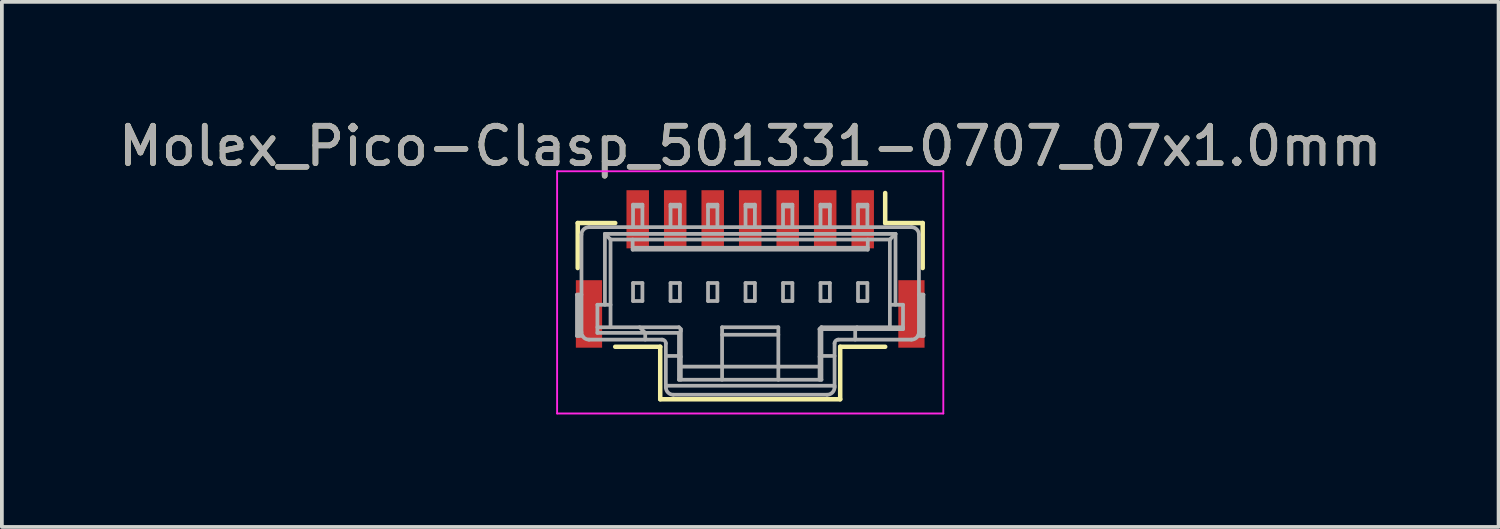
<source format=kicad_pcb>
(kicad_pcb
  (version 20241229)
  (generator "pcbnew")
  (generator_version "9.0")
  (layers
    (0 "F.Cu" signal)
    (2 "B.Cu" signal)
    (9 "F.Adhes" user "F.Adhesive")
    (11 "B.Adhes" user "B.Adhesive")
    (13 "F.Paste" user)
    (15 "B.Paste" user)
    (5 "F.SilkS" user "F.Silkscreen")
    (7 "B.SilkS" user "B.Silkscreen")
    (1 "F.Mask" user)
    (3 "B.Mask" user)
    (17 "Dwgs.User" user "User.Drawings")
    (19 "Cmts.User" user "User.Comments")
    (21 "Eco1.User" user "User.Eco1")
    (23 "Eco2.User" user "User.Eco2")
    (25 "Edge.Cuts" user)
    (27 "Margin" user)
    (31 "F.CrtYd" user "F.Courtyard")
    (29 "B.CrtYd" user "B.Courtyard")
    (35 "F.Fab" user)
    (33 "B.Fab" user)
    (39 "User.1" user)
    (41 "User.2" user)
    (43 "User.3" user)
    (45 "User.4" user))
  (footprint "Molex_Pico-Clasp_501331-0707_07x1.0mm"
    (layer "F.Cu")
    (at 16.958 4.748)
    (property "Reference" "Molex_Pico-Clasp_501331-0707_07x1.0mm" (at 0 -3.9 0) (layer "F.SilkS") (effects (font (size 1 1) (thickness 0.15))))
    (attr smd)
    (fp_line (start -4.6 -1.85) (end -3.6 -1.85) (stroke (width 0.12) (type solid)) (layer "F.SilkS"))
    (fp_line (start -4.6 -0.65) (end -4.6 -1.85) (stroke (width 0.12) (type solid)) (layer "F.SilkS"))
    (fp_line (start -2.4 1.45) (end -3.6 1.45) (stroke (width 0.12) (type solid)) (layer "F.SilkS"))
    (fp_line (start -2.4 2.85) (end -2.4 1.45) (stroke (width 0.12) (type solid)) (layer "F.SilkS"))
    (fp_line (start -2.4 2.85) (end 2.4 2.85) (stroke (width 0.12) (type solid)) (layer "F.SilkS"))
    (fp_line (start 2.4 1.45) (end 3.6 1.45) (stroke (width 0.12) (type solid)) (layer "F.SilkS"))
    (fp_line (start 2.4 2.85) (end 2.4 1.45) (stroke (width 0.12) (type solid)) (layer "F.SilkS"))
    (fp_line (start 3.6 -1.85) (end 3.6 -2.65) (stroke (width 0.12) (type solid)) (layer "F.SilkS"))
    (fp_line (start 4.6 -1.85) (end 3.6 -1.85) (stroke (width 0.12) (type solid)) (layer "F.SilkS"))
    (fp_line (start 4.6 -0.65) (end 4.6 -1.85) (stroke (width 0.12) (type solid)) (layer "F.SilkS"))
    (fp_line (start -5.15 -3.23) (end 5.15 -3.23) (stroke (width 0.05) (type solid)) (layer "F.CrtYd"))
    (fp_line (start -5.15 3.23) (end -5.15 -3.23) (stroke (width 0.05) (type solid)) (layer "F.CrtYd"))
    (fp_line (start 5.15 -3.23) (end 5.15 3.23) (stroke (width 0.05) (type solid)) (layer "F.CrtYd"))
    (fp_line (start 5.15 3.23) (end -5.15 3.23) (stroke (width 0.05) (type solid)) (layer "F.CrtYd"))
    (fp_line (start -4.62 1.16) (end -4.62 0.06) (stroke (width 0.1) (type solid)) (layer "F.Fab"))
    (fp_line (start -4.62 1.16) (end -4.473 1.16) (stroke (width 0.1) (type solid)) (layer "F.Fab"))
    (fp_line (start -4.57 0.06) (end -4.57 1.16) (stroke (width 0.1) (type solid)) (layer "F.Fab"))
    (fp_line (start -4.5 0.06) (end -4.62 0.06) (stroke (width 0.1) (type solid)) (layer "F.Fab"))
    (fp_line (start -4.5 1.06) (end -4.5 -1.54) (stroke (width 0.1) (type solid)) (layer "F.Fab"))
    (fp_line (start -4.3 -1.74) (end 4.3 -1.74) (stroke (width 0.1) (type solid)) (layer "F.Fab"))
    (fp_line (start -4.075 0.33) (end -4.075 1.08) (stroke (width 0.1) (type solid)) (layer "F.Fab"))
    (fp_line (start -4.075 0.93) (end -1.9 0.93) (stroke (width 0.1) (type solid)) (layer "F.Fab"))
    (fp_line (start -3.875 -1.56) (end -3.725 -1.41) (stroke (width 0.1) (type solid)) (layer "F.Fab"))
    (fp_line (start -3.875 0.33) (end -3.875 -1.56) (stroke (width 0.1) (type solid)) (layer "F.Fab"))
    (fp_line (start -3.725 -1.41) (end 3.725 -1.41) (stroke (width 0.1) (type solid)) (layer "F.Fab"))
    (fp_line (start -3.725 0.33) (end -4.075 0.33) (stroke (width 0.1) (type solid)) (layer "F.Fab"))
    (fp_line (start -3.725 0.93) (end -3.725 -1.41) (stroke (width 0.1) (type solid)) (layer "F.Fab"))
    (fp_line (start -3.135 -1.19) (end 3.135 -1.19) (stroke (width 0.1) (type solid)) (layer "F.Fab"))
    (fp_line (start -3.135 -1.14) (end -3.135 -1.41) (stroke (width 0.1) (type solid)) (layer "F.Fab"))
    (fp_line (start -3.125 -2.34) (end -3.125 -1.74) (stroke (width 0.1) (type solid)) (layer "F.Fab"))
    (fp_line (start -3.125 -2.34) (end -2.875 -2.34) (stroke (width 0.1) (type solid)) (layer "F.Fab"))
    (fp_line (start -3.125 -0.25) (end -3.125 0.23) (stroke (width 0.1) (type solid)) (layer "F.Fab"))
    (fp_line (start -3.125 -0.25) (end -2.875 -0.25) (stroke (width 0.1) (type solid)) (layer "F.Fab"))
    (fp_line (start -3.125 0.23) (end -2.875 0.23) (stroke (width 0.1) (type solid)) (layer "F.Fab"))
    (fp_line (start -2.875 -2.34) (end -2.875 -1.74) (stroke (width 0.1) (type solid)) (layer "F.Fab"))
    (fp_line (start -2.875 -2.29) (end -3.125 -2.29) (stroke (width 0.1) (type solid)) (layer "F.Fab"))
    (fp_line (start -2.875 -0.25) (end -2.875 0.23) (stroke (width 0.1) (type solid)) (layer "F.Fab"))
    (fp_line (start -2.8 1.08) (end -2.95 0.93) (stroke (width 0.1) (type solid)) (layer "F.Fab"))
    (fp_line (start -2.8 1.08) (end -2.8 1.26) (stroke (width 0.1) (type solid)) (layer "F.Fab"))
    (fp_line (start -2.35 1.26) (end -4.3 1.26) (stroke (width 0.1) (type solid)) (layer "F.Fab"))
    (fp_line (start -2.25 2.49) (end 2.25 2.49) (stroke (width 0.1) (type solid)) (layer "F.Fab"))
    (fp_line (start -2.25 2.53) (end -2.25 1.36) (stroke (width 0.1) (type solid)) (layer "F.Fab"))
    (fp_line (start -2.125 -2.34) (end -2.125 -1.74) (stroke (width 0.1) (type solid)) (layer "F.Fab"))
    (fp_line (start -2.125 -2.34) (end -1.875 -2.34) (stroke (width 0.1) (type solid)) (layer "F.Fab"))
    (fp_line (start -2.125 -0.25) (end -2.125 0.23) (stroke (width 0.1) (type solid)) (layer "F.Fab"))
    (fp_line (start -2.125 -0.25) (end -1.875 -0.25) (stroke (width 0.1) (type solid)) (layer "F.Fab"))
    (fp_line (start -2.125 0.23) (end -1.875 0.23) (stroke (width 0.1) (type solid)) (layer "F.Fab"))
    (fp_line (start -1.9 0.93) (end -1.85 0.98) (stroke (width 0.1) (type solid)) (layer "F.Fab"))
    (fp_line (start -1.9 1.08) (end -4.075 1.08) (stroke (width 0.1) (type solid)) (layer "F.Fab"))
    (fp_line (start -1.9 1.695) (end -2.25 1.695) (stroke (width 0.1) (type solid)) (layer "F.Fab"))
    (fp_line (start -1.9 1.695) (end -1.85 1.716) (stroke (width 0.1) (type solid)) (layer "F.Fab"))
    (fp_line (start -1.9 2.33) (end -1.9 1.08) (stroke (width 0.1) (type solid)) (layer "F.Fab"))
    (fp_line (start -1.9 2.33) (end 1.9 2.33) (stroke (width 0.1) (type solid)) (layer "F.Fab"))
    (fp_line (start -1.875 -2.34) (end -1.875 -1.74) (stroke (width 0.1) (type solid)) (layer "F.Fab"))
    (fp_line (start -1.875 -2.29) (end -2.125 -2.29) (stroke (width 0.1) (type solid)) (layer "F.Fab"))
    (fp_line (start -1.875 -0.25) (end -1.875 0.23) (stroke (width 0.1) (type solid)) (layer "F.Fab"))
    (fp_line (start -1.85 0.98) (end -1.85 2.33) (stroke (width 0.1) (type solid)) (layer "F.Fab"))
    (fp_line (start -1.85 1.03) (end -1.9 1.08) (stroke (width 0.1) (type solid)) (layer "F.Fab"))
    (fp_line (start -1.85 1.98) (end 1.85 1.98) (stroke (width 0.1) (type solid)) (layer "F.Fab"))
    (fp_line (start -1.125 -2.34) (end -1.125 -1.74) (stroke (width 0.1) (type solid)) (layer "F.Fab"))
    (fp_line (start -1.125 -2.34) (end -0.875 -2.34) (stroke (width 0.1) (type solid)) (layer "F.Fab"))
    (fp_line (start -1.125 -0.25) (end -1.125 0.23) (stroke (width 0.1) (type solid)) (layer "F.Fab"))
    (fp_line (start -1.125 -0.25) (end -0.875 -0.25) (stroke (width 0.1) (type solid)) (layer "F.Fab"))
    (fp_line (start -1.125 0.23) (end -0.875 0.23) (stroke (width 0.1) (type solid)) (layer "F.Fab"))
    (fp_line (start -0.875 -2.34) (end -0.875 -1.74) (stroke (width 0.1) (type solid)) (layer "F.Fab"))
    (fp_line (start -0.875 -2.29) (end -1.125 -2.29) (stroke (width 0.1) (type solid)) (layer "F.Fab"))
    (fp_line (start -0.875 -0.25) (end -0.875 0.23) (stroke (width 0.1) (type solid)) (layer "F.Fab"))
    (fp_line (start -0.75 0.93) (end -0.75 2.33) (stroke (width 0.1) (type solid)) (layer "F.Fab"))
    (fp_line (start -0.75 1.13) (end 0.75 1.13) (stroke (width 0.1) (type solid)) (layer "F.Fab"))
    (fp_line (start -0.125 -2.34) (end -0.125 -1.74) (stroke (width 0.1) (type solid)) (layer "F.Fab"))
    (fp_line (start -0.125 -2.34) (end 0.125 -2.34) (stroke (width 0.1) (type solid)) (layer "F.Fab"))
    (fp_line (start -0.125 -0.25) (end -0.125 0.23) (stroke (width 0.1) (type solid)) (layer "F.Fab"))
    (fp_line (start -0.125 -0.25) (end 0.125 -0.25) (stroke (width 0.1) (type solid)) (layer "F.Fab"))
    (fp_line (start -0.125 0.23) (end 0.125 0.23) (stroke (width 0.1) (type solid)) (layer "F.Fab"))
    (fp_line (start 0.125 -2.34) (end 0.125 -1.74) (stroke (width 0.1) (type solid)) (layer "F.Fab"))
    (fp_line (start 0.125 -2.29) (end -0.125 -2.29) (stroke (width 0.1) (type solid)) (layer "F.Fab"))
    (fp_line (start 0.125 -0.25) (end 0.125 0.23) (stroke (width 0.1) (type solid)) (layer "F.Fab"))
    (fp_line (start 0.75 0.93) (end -0.75 0.93) (stroke (width 0.1) (type solid)) (layer "F.Fab"))
    (fp_line (start 0.75 2.33) (end 0.75 0.93) (stroke (width 0.1) (type solid)) (layer "F.Fab"))
    (fp_line (start 0.875 -2.34) (end 0.875 -1.74) (stroke (width 0.1) (type solid)) (layer "F.Fab"))
    (fp_line (start 0.875 -2.34) (end 1.125 -2.34) (stroke (width 0.1) (type solid)) (layer "F.Fab"))
    (fp_line (start 0.875 -0.25) (end 0.875 0.23) (stroke (width 0.1) (type solid)) (layer "F.Fab"))
    (fp_line (start 0.875 -0.25) (end 1.125 -0.25) (stroke (width 0.1) (type solid)) (layer "F.Fab"))
    (fp_line (start 0.875 0.23) (end 1.125 0.23) (stroke (width 0.1) (type solid)) (layer "F.Fab"))
    (fp_line (start 1.125 -2.34) (end 1.125 -1.74) (stroke (width 0.1) (type solid)) (layer "F.Fab"))
    (fp_line (start 1.125 -2.29) (end 0.875 -2.29) (stroke (width 0.1) (type solid)) (layer "F.Fab"))
    (fp_line (start 1.125 -0.25) (end 1.125 0.23) (stroke (width 0.1) (type solid)) (layer "F.Fab"))
    (fp_line (start 1.85 1.716) (end 1.9 1.695) (stroke (width 0.1) (type solid)) (layer "F.Fab"))
    (fp_line (start 1.85 2.33) (end 1.85 0.98) (stroke (width 0.1) (type solid)) (layer "F.Fab"))
    (fp_line (start 1.875 -2.34) (end 1.875 -1.74) (stroke (width 0.1) (type solid)) (layer "F.Fab"))
    (fp_line (start 1.875 -2.34) (end 2.125 -2.34) (stroke (width 0.1) (type solid)) (layer "F.Fab"))
    (fp_line (start 1.875 -0.25) (end 1.875 0.23) (stroke (width 0.1) (type solid)) (layer "F.Fab"))
    (fp_line (start 1.875 -0.25) (end 2.125 -0.25) (stroke (width 0.1) (type solid)) (layer "F.Fab"))
    (fp_line (start 1.875 0.23) (end 2.125 0.23) (stroke (width 0.1) (type solid)) (layer "F.Fab"))
    (fp_line (start 1.9 0.93) (end 1.85 0.98) (stroke (width 0.1) (type solid)) (layer "F.Fab"))
    (fp_line (start 1.9 0.93) (end 1.9 2.33) (stroke (width 0.1) (type solid)) (layer "F.Fab"))
    (fp_line (start 1.9 0.93) (end 4.075 0.93) (stroke (width 0.1) (type solid)) (layer "F.Fab"))
    (fp_line (start 2.05 2.73) (end -2.05 2.73) (stroke (width 0.1) (type solid)) (layer "F.Fab"))
    (fp_line (start 2.125 -2.34) (end 2.125 -1.74) (stroke (width 0.1) (type solid)) (layer "F.Fab"))
    (fp_line (start 2.125 -2.29) (end 1.875 -2.29) (stroke (width 0.1) (type solid)) (layer "F.Fab"))
    (fp_line (start 2.125 -0.25) (end 2.125 0.23) (stroke (width 0.1) (type solid)) (layer "F.Fab"))
    (fp_line (start 2.25 1.36) (end 2.25 2.53) (stroke (width 0.1) (type solid)) (layer "F.Fab"))
    (fp_line (start 2.25 1.695) (end 1.9 1.695) (stroke (width 0.1) (type solid)) (layer "F.Fab"))
    (fp_line (start 2.8 1.26) (end 2.8 0.98) (stroke (width 0.1) (type solid)) (layer "F.Fab"))
    (fp_line (start 2.85 0.93) (end 2.8 0.98) (stroke (width 0.1) (type solid)) (layer "F.Fab"))
    (fp_line (start 2.875 -2.34) (end 2.875 -1.74) (stroke (width 0.1) (type solid)) (layer "F.Fab"))
    (fp_line (start 2.875 -2.34) (end 3.125 -2.34) (stroke (width 0.1) (type solid)) (layer "F.Fab"))
    (fp_line (start 2.875 -0.25) (end 2.875 0.23) (stroke (width 0.1) (type solid)) (layer "F.Fab"))
    (fp_line (start 2.875 -0.25) (end 3.125 -0.25) (stroke (width 0.1) (type solid)) (layer "F.Fab"))
    (fp_line (start 2.875 0.23) (end 3.125 0.23) (stroke (width 0.1) (type solid)) (layer "F.Fab"))
    (fp_line (start 3.125 -2.34) (end 3.125 -1.74) (stroke (width 0.1) (type solid)) (layer "F.Fab"))
    (fp_line (start 3.125 -2.29) (end 2.875 -2.29) (stroke (width 0.1) (type solid)) (layer "F.Fab"))
    (fp_line (start 3.125 -0.25) (end 3.125 0.23) (stroke (width 0.1) (type solid)) (layer "F.Fab"))
    (fp_line (start 3.135 -1.14) (end -3.135 -1.14) (stroke (width 0.1) (type solid)) (layer "F.Fab"))
    (fp_line (start 3.135 -1.14) (end 3.135 -1.41) (stroke (width 0.1) (type solid)) (layer "F.Fab"))
    (fp_line (start 3.725 -1.41) (end 3.875 -1.56) (stroke (width 0.1) (type solid)) (layer "F.Fab"))
    (fp_line (start 3.725 0.93) (end 3.725 -1.41) (stroke (width 0.1) (type solid)) (layer "F.Fab"))
    (fp_line (start 3.875 -1.56) (end -3.875 -1.56) (stroke (width 0.1) (type solid)) (layer "F.Fab"))
    (fp_line (start 3.875 -1.56) (end 3.875 0.33) (stroke (width 0.1) (type solid)) (layer "F.Fab"))
    (fp_line (start 4.075 0.33) (end 3.725 0.33) (stroke (width 0.1) (type solid)) (layer "F.Fab"))
    (fp_line (start 4.075 0.33) (end 4.075 0.98) (stroke (width 0.1) (type solid)) (layer "F.Fab"))
    (fp_line (start 4.075 0.98) (end 1.85 0.98) (stroke (width 0.1) (type solid)) (layer "F.Fab"))
    (fp_line (start 4.3 1.26) (end 2.35 1.26) (stroke (width 0.1) (type solid)) (layer "F.Fab"))
    (fp_line (start 4.473 1.16) (end 4.62 1.16) (stroke (width 0.1) (type solid)) (layer "F.Fab"))
    (fp_line (start 4.5 -1.54) (end 4.5 1.06) (stroke (width 0.1) (type solid)) (layer "F.Fab"))
    (fp_line (start 4.57 1.16) (end 4.57 0.06) (stroke (width 0.1) (type solid)) (layer "F.Fab"))
    (fp_line (start 4.62 0.06) (end 4.5 0.06) (stroke (width 0.1) (type solid)) (layer "F.Fab"))
    (fp_line (start 4.62 0.06) (end 4.62 1.16) (stroke (width 0.1) (type solid)) (layer "F.Fab"))
    (fp_arc (start -4.5 -1.54) (mid -4.441421 -1.681421) (end -4.3 -1.74) (stroke (width 0.1) (type solid)) (layer "F.Fab"))
    (fp_arc (start -4.3 1.26) (mid -4.441421 1.201421) (end -4.5 1.06) (stroke (width 0.1) (type solid)) (layer "F.Fab"))
    (fp_arc (start -2.35 1.26) (mid -2.279289 1.289289) (end -2.25 1.36) (stroke (width 0.1) (type solid)) (layer "F.Fab"))
    (fp_arc (start -2.05 2.73) (mid -2.191421 2.671421) (end -2.25 2.53) (stroke (width 0.1) (type solid)) (layer "F.Fab"))
    (fp_arc (start 2.25 1.36) (mid 2.279289 1.289289) (end 2.35 1.26) (stroke (width 0.1) (type solid)) (layer "F.Fab"))
    (fp_arc (start 2.25 2.53) (mid 2.191421 2.671421) (end 2.05 2.73) (stroke (width 0.1) (type solid)) (layer "F.Fab"))
    (fp_arc (start 4.3 -1.74) (mid 4.441421 -1.681421) (end 4.5 -1.54) (stroke (width 0.1) (type solid)) (layer "F.Fab"))
    (fp_arc (start 4.5 1.06) (mid 4.441421 1.201421) (end 4.3 1.26) (stroke (width 0.1) (type solid)) (layer "F.Fab"))
    (fp_text user "${REFERENCE}" (at 0 -3.9 0) (layer "F.Fab") (effects (font (size 1 1) (thickness 0.15))))
    (pad "1" smd rect (at 3 -1.95) (size 0.6 1.55) (layers "F.Cu" "F.Mask" "F.Paste"))
    (pad "2" smd rect (at 2 -1.95) (size 0.6 1.55) (layers "F.Cu" "F.Mask" "F.Paste"))
    (pad "3" smd rect (at 1 -1.95) (size 0.6 1.55) (layers "F.Cu" "F.Mask" "F.Paste"))
    (pad "4" smd rect (at 0 -1.95) (size 0.6 1.55) (layers "F.Cu" "F.Mask" "F.Paste"))
    (pad "5" smd rect (at -1 -1.95) (size 0.6 1.55) (layers "F.Cu" "F.Mask" "F.Paste"))
    (pad "6" smd rect (at -2 -1.95) (size 0.6 1.55) (layers "F.Cu" "F.Mask" "F.Paste"))
    (pad "7" smd rect (at -3 -1.95) (size 0.6 1.55) (layers "F.Cu" "F.Mask" "F.Paste"))
    (pad "8" smd rect (at -4.3 0.575) (size 0.7 1.8) (layers "F.Cu" "F.Mask" "F.Paste"))
    (pad "8" smd rect (at 4.3 0.575) (size 0.7 1.8) (layers "F.Cu" "F.Mask" "F.Paste")))
  (gr_rect
    (start -3 -3)
    (end 36.917 11.003)
    (stroke (width 0.1) (type default))
    (fill no)
    (layer "Edge.Cuts")))
</source>
